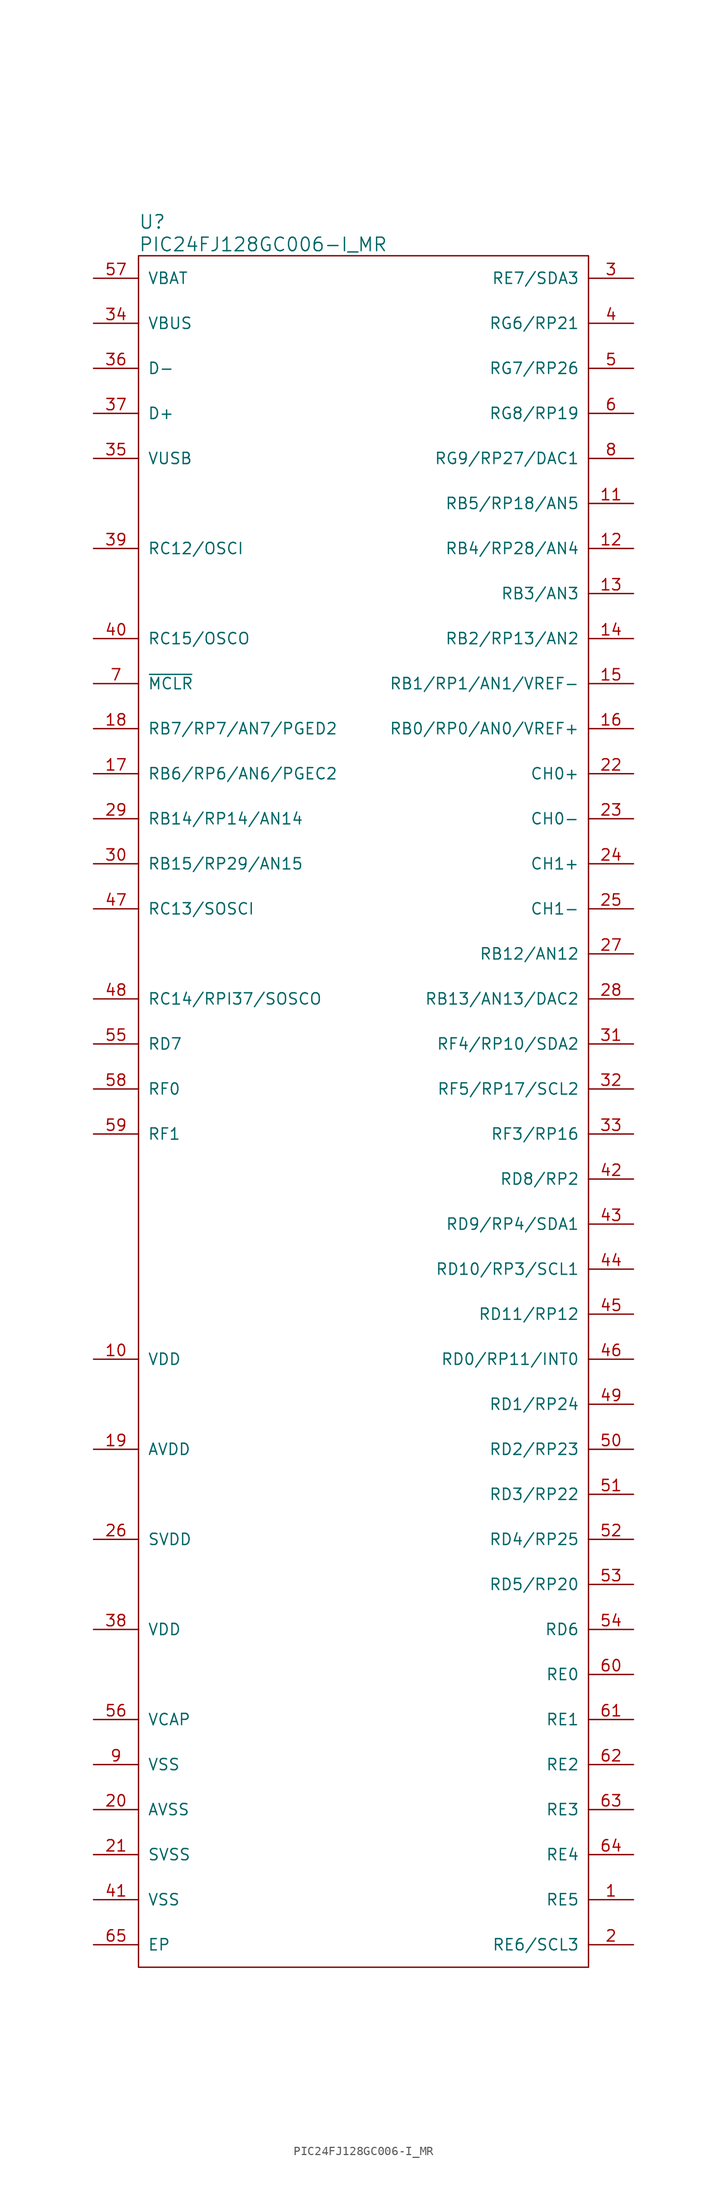
<source format=kicad_sym>
(kicad_symbol_lib
  (version 20211014)
  (generator kicad_symbol_editor)
  (symbol "PIC24FJ128GC006-I_MR"
    (pin_names
      (offset 1.016))
    (property "Reference" "U"
      (at -25.4 100.33 0)
      (effects (font (size 1.524 1.524)) (justify left)))
    (property "Value" "PIC24FJ128GC006-I_MR"
      (at -25.4 97.79 0)
      (effects (font (size 1.524 1.524)) (justify left)))
    (symbol "PIC24FJ128GC006-I_MR_0_1"
      (rectangle (start 25.4 96.52) (end -25.4 -96.52) (stroke (width 0) (type default) (color 0 0 0 0)) (fill (type none))))
    (symbol "PIC24FJ128GC006-I_MR_1_1"
      (pin input line (at 30.48 -88.9 180) (length 5.08) (name "RE5" (effects (font (size 1.27 1.27)))) (number "1" (effects (font (size 1.27 1.27)))))
      (pin input line (at -30.48 -27.94 0) (length 5.08) (name "VDD" (effects (font (size 1.27 1.27)))) (number "10" (effects (font (size 1.27 1.27)))))
      (pin input line (at 30.48 68.58 180) (length 5.08) (name "RB5/RP18/AN5" (effects (font (size 1.27 1.27)))) (number "11" (effects (font (size 1.27 1.27)))))
      (pin input line (at 30.48 63.5 180) (length 5.08) (name "RB4/RP28/AN4" (effects (font (size 1.27 1.27)))) (number "12" (effects (font (size 1.27 1.27)))))
      (pin input line (at 30.48 58.42 180) (length 5.08) (name "RB3/AN3" (effects (font (size 1.27 1.27)))) (number "13" (effects (font (size 1.27 1.27)))))
      (pin input line (at 30.48 53.34 180) (length 5.08) (name "RB2/RP13/AN2" (effects (font (size 1.27 1.27)))) (number "14" (effects (font (size 1.27 1.27)))))
      (pin input line (at 30.48 48.26 180) (length 5.08) (name "RB1/RP1/AN1/VREF-" (effects (font (size 1.27 1.27)))) (number "15" (effects (font (size 1.27 1.27)))))
      (pin input line (at 30.48 43.18 180) (length 5.08) (name "RB0/RP0/AN0/VREF+" (effects (font (size 1.27 1.27)))) (number "16" (effects (font (size 1.27 1.27)))))
      (pin input line (at -30.48 38.1 0) (length 5.08) (name "RB6/RP6/AN6/PGEC2" (effects (font (size 1.27 1.27)))) (number "17" (effects (font (size 1.27 1.27)))))
      (pin input line (at -30.48 43.18 0) (length 5.08) (name "RB7/RP7/AN7/PGED2" (effects (font (size 1.27 1.27)))) (number "18" (effects (font (size 1.27 1.27)))))
      (pin input line (at -30.48 -38.1 0) (length 5.08) (name "AVDD" (effects (font (size 1.27 1.27)))) (number "19" (effects (font (size 1.27 1.27)))))
      (pin input line (at 30.48 -93.98 180) (length 5.08) (name "RE6/SCL3" (effects (font (size 1.27 1.27)))) (number "2" (effects (font (size 1.27 1.27)))))
      (pin input line (at -30.48 -78.74 0) (length 5.08) (name "AVSS" (effects (font (size 1.27 1.27)))) (number "20" (effects (font (size 1.27 1.27)))))
      (pin input line (at -30.48 -83.82 0) (length 5.08) (name "SVSS" (effects (font (size 1.27 1.27)))) (number "21" (effects (font (size 1.27 1.27)))))
      (pin input line (at 30.48 38.1 180) (length 5.08) (name "CH0+" (effects (font (size 1.27 1.27)))) (number "22" (effects (font (size 1.27 1.27)))))
      (pin input line (at 30.48 33.02 180) (length 5.08) (name "CH0-" (effects (font (size 1.27 1.27)))) (number "23" (effects (font (size 1.27 1.27)))))
      (pin input line (at 30.48 27.94 180) (length 5.08) (name "CH1+" (effects (font (size 1.27 1.27)))) (number "24" (effects (font (size 1.27 1.27)))))
      (pin input line (at 30.48 22.86 180) (length 5.08) (name "CH1-" (effects (font (size 1.27 1.27)))) (number "25" (effects (font (size 1.27 1.27)))))
      (pin input line (at -30.48 -48.26 0) (length 5.08) (name "SVDD" (effects (font (size 1.27 1.27)))) (number "26" (effects (font (size 1.27 1.27)))))
      (pin input line (at 30.48 17.78 180) (length 5.08) (name "RB12/AN12" (effects (font (size 1.27 1.27)))) (number "27" (effects (font (size 1.27 1.27)))))
      (pin input line (at 30.48 12.7 180) (length 5.08) (name "RB13/AN13/DAC2" (effects (font (size 1.27 1.27)))) (number "28" (effects (font (size 1.27 1.27)))))
      (pin input line (at -30.48 33.02 0) (length 5.08) (name "RB14/RP14/AN14" (effects (font (size 1.27 1.27)))) (number "29" (effects (font (size 1.27 1.27)))))
      (pin input line (at 30.48 93.98 180) (length 5.08) (name "RE7/SDA3" (effects (font (size 1.27 1.27)))) (number "3" (effects (font (size 1.27 1.27)))))
      (pin input line (at -30.48 27.94 0) (length 5.08) (name "RB15/RP29/AN15" (effects (font (size 1.27 1.27)))) (number "30" (effects (font (size 1.27 1.27)))))
      (pin input line (at 30.48 7.62 180) (length 5.08) (name "RF4/RP10/SDA2" (effects (font (size 1.27 1.27)))) (number "31" (effects (font (size 1.27 1.27)))))
      (pin input line (at 30.48 2.54 180) (length 5.08) (name "RF5/RP17/SCL2" (effects (font (size 1.27 1.27)))) (number "32" (effects (font (size 1.27 1.27)))))
      (pin input line (at 30.48 -2.54 180) (length 5.08) (name "RF3/RP16" (effects (font (size 1.27 1.27)))) (number "33" (effects (font (size 1.27 1.27)))))
      (pin input line (at -30.48 88.9 0) (length 5.08) (name "VBUS" (effects (font (size 1.27 1.27)))) (number "34" (effects (font (size 1.27 1.27)))))
      (pin input line (at -30.48 73.66 0) (length 5.08) (name "VUSB" (effects (font (size 1.27 1.27)))) (number "35" (effects (font (size 1.27 1.27)))))
      (pin input line (at -30.48 83.82 0) (length 5.08) (name "D-" (effects (font (size 1.27 1.27)))) (number "36" (effects (font (size 1.27 1.27)))))
      (pin input line (at -30.48 78.74 0) (length 5.08) (name "D+" (effects (font (size 1.27 1.27)))) (number "37" (effects (font (size 1.27 1.27)))))
      (pin input line (at -30.48 -58.42 0) (length 5.08) (name "VDD" (effects (font (size 1.27 1.27)))) (number "38" (effects (font (size 1.27 1.27)))))
      (pin input line (at -30.48 63.5 0) (length 5.08) (name "RC12/OSCI" (effects (font (size 1.27 1.27)))) (number "39" (effects (font (size 1.27 1.27)))))
      (pin input line (at 30.48 88.9 180) (length 5.08) (name "RG6/RP21" (effects (font (size 1.27 1.27)))) (number "4" (effects (font (size 1.27 1.27)))))
      (pin input line (at -30.48 53.34 0) (length 5.08) (name "RC15/OSCO" (effects (font (size 1.27 1.27)))) (number "40" (effects (font (size 1.27 1.27)))))
      (pin input line (at -30.48 -88.9 0) (length 5.08) (name "VSS" (effects (font (size 1.27 1.27)))) (number "41" (effects (font (size 1.27 1.27)))))
      (pin input line (at 30.48 -7.62 180) (length 5.08) (name "RD8/RP2" (effects (font (size 1.27 1.27)))) (number "42" (effects (font (size 1.27 1.27)))))
      (pin input line (at 30.48 -12.7 180) (length 5.08) (name "RD9/RP4/SDA1" (effects (font (size 1.27 1.27)))) (number "43" (effects (font (size 1.27 1.27)))))
      (pin input line (at 30.48 -17.78 180) (length 5.08) (name "RD10/RP3/SCL1" (effects (font (size 1.27 1.27)))) (number "44" (effects (font (size 1.27 1.27)))))
      (pin input line (at 30.48 -22.86 180) (length 5.08) (name "RD11/RP12" (effects (font (size 1.27 1.27)))) (number "45" (effects (font (size 1.27 1.27)))))
      (pin input line (at 30.48 -27.94 180) (length 5.08) (name "RD0/RP11/INT0" (effects (font (size 1.27 1.27)))) (number "46" (effects (font (size 1.27 1.27)))))
      (pin input line (at -30.48 22.86 0) (length 5.08) (name "RC13/SOSCI" (effects (font (size 1.27 1.27)))) (number "47" (effects (font (size 1.27 1.27)))))
      (pin input line (at -30.48 12.7 0) (length 5.08) (name "RC14/RPI37/SOSCO" (effects (font (size 1.27 1.27)))) (number "48" (effects (font (size 1.27 1.27)))))
      (pin input line (at 30.48 -33.02 180) (length 5.08) (name "RD1/RP24" (effects (font (size 1.27 1.27)))) (number "49" (effects (font (size 1.27 1.27)))))
      (pin input line (at 30.48 83.82 180) (length 5.08) (name "RG7/RP26" (effects (font (size 1.27 1.27)))) (number "5" (effects (font (size 1.27 1.27)))))
      (pin input line (at 30.48 -38.1 180) (length 5.08) (name "RD2/RP23" (effects (font (size 1.27 1.27)))) (number "50" (effects (font (size 1.27 1.27)))))
      (pin input line (at 30.48 -43.18 180) (length 5.08) (name "RD3/RP22" (effects (font (size 1.27 1.27)))) (number "51" (effects (font (size 1.27 1.27)))))
      (pin input line (at 30.48 -48.26 180) (length 5.08) (name "RD4/RP25" (effects (font (size 1.27 1.27)))) (number "52" (effects (font (size 1.27 1.27)))))
      (pin input line (at 30.48 -53.34 180) (length 5.08) (name "RD5/RP20" (effects (font (size 1.27 1.27)))) (number "53" (effects (font (size 1.27 1.27)))))
      (pin input line (at 30.48 -58.42 180) (length 5.08) (name "RD6" (effects (font (size 1.27 1.27)))) (number "54" (effects (font (size 1.27 1.27)))))
      (pin input line (at -30.48 7.62 0) (length 5.08) (name "RD7" (effects (font (size 1.27 1.27)))) (number "55" (effects (font (size 1.27 1.27)))))
      (pin input line (at -30.48 -68.58 0) (length 5.08) (name "VCAP" (effects (font (size 1.27 1.27)))) (number "56" (effects (font (size 1.27 1.27)))))
      (pin input line (at -30.48 93.98 0) (length 5.08) (name "VBAT" (effects (font (size 1.27 1.27)))) (number "57" (effects (font (size 1.27 1.27)))))
      (pin input line (at -30.48 2.54 0) (length 5.08) (name "RF0" (effects (font (size 1.27 1.27)))) (number "58" (effects (font (size 1.27 1.27)))))
      (pin input line (at -30.48 -2.54 0) (length 5.08) (name "RF1" (effects (font (size 1.27 1.27)))) (number "59" (effects (font (size 1.27 1.27)))))
      (pin input line (at 30.48 78.74 180) (length 5.08) (name "RG8/RP19" (effects (font (size 1.27 1.27)))) (number "6" (effects (font (size 1.27 1.27)))))
      (pin input line (at 30.48 -63.5 180) (length 5.08) (name "RE0" (effects (font (size 1.27 1.27)))) (number "60" (effects (font (size 1.27 1.27)))))
      (pin input line (at 30.48 -68.58 180) (length 5.08) (name "RE1" (effects (font (size 1.27 1.27)))) (number "61" (effects (font (size 1.27 1.27)))))
      (pin input line (at 30.48 -73.66 180) (length 5.08) (name "RE2" (effects (font (size 1.27 1.27)))) (number "62" (effects (font (size 1.27 1.27)))))
      (pin input line (at 30.48 -78.74 180) (length 5.08) (name "RE3" (effects (font (size 1.27 1.27)))) (number "63" (effects (font (size 1.27 1.27)))))
      (pin input line (at 30.48 -83.82 180) (length 5.08) (name "RE4" (effects (font (size 1.27 1.27)))) (number "64" (effects (font (size 1.27 1.27)))))
      (pin input line (at -30.48 -93.98 0) (length 5.08) (name "EP" (effects (font (size 1.27 1.27)))) (number "65" (effects (font (size 1.27 1.27)))))
      (pin input line (at -30.48 48.26 0) (length 5.08) (name "~{MCLR}" (effects (font (size 1.27 1.27)))) (number "7" (effects (font (size 1.27 1.27)))))
      (pin input line (at 30.48 73.66 180) (length 5.08) (name "RG9/RP27/DAC1" (effects (font (size 1.27 1.27)))) (number "8" (effects (font (size 1.27 1.27)))))
      (pin input line (at -30.48 -73.66 0) (length 5.08) (name "VSS" (effects (font (size 1.27 1.27)))) (number "9" (effects (font (size 1.27 1.27))))))))
</source>
